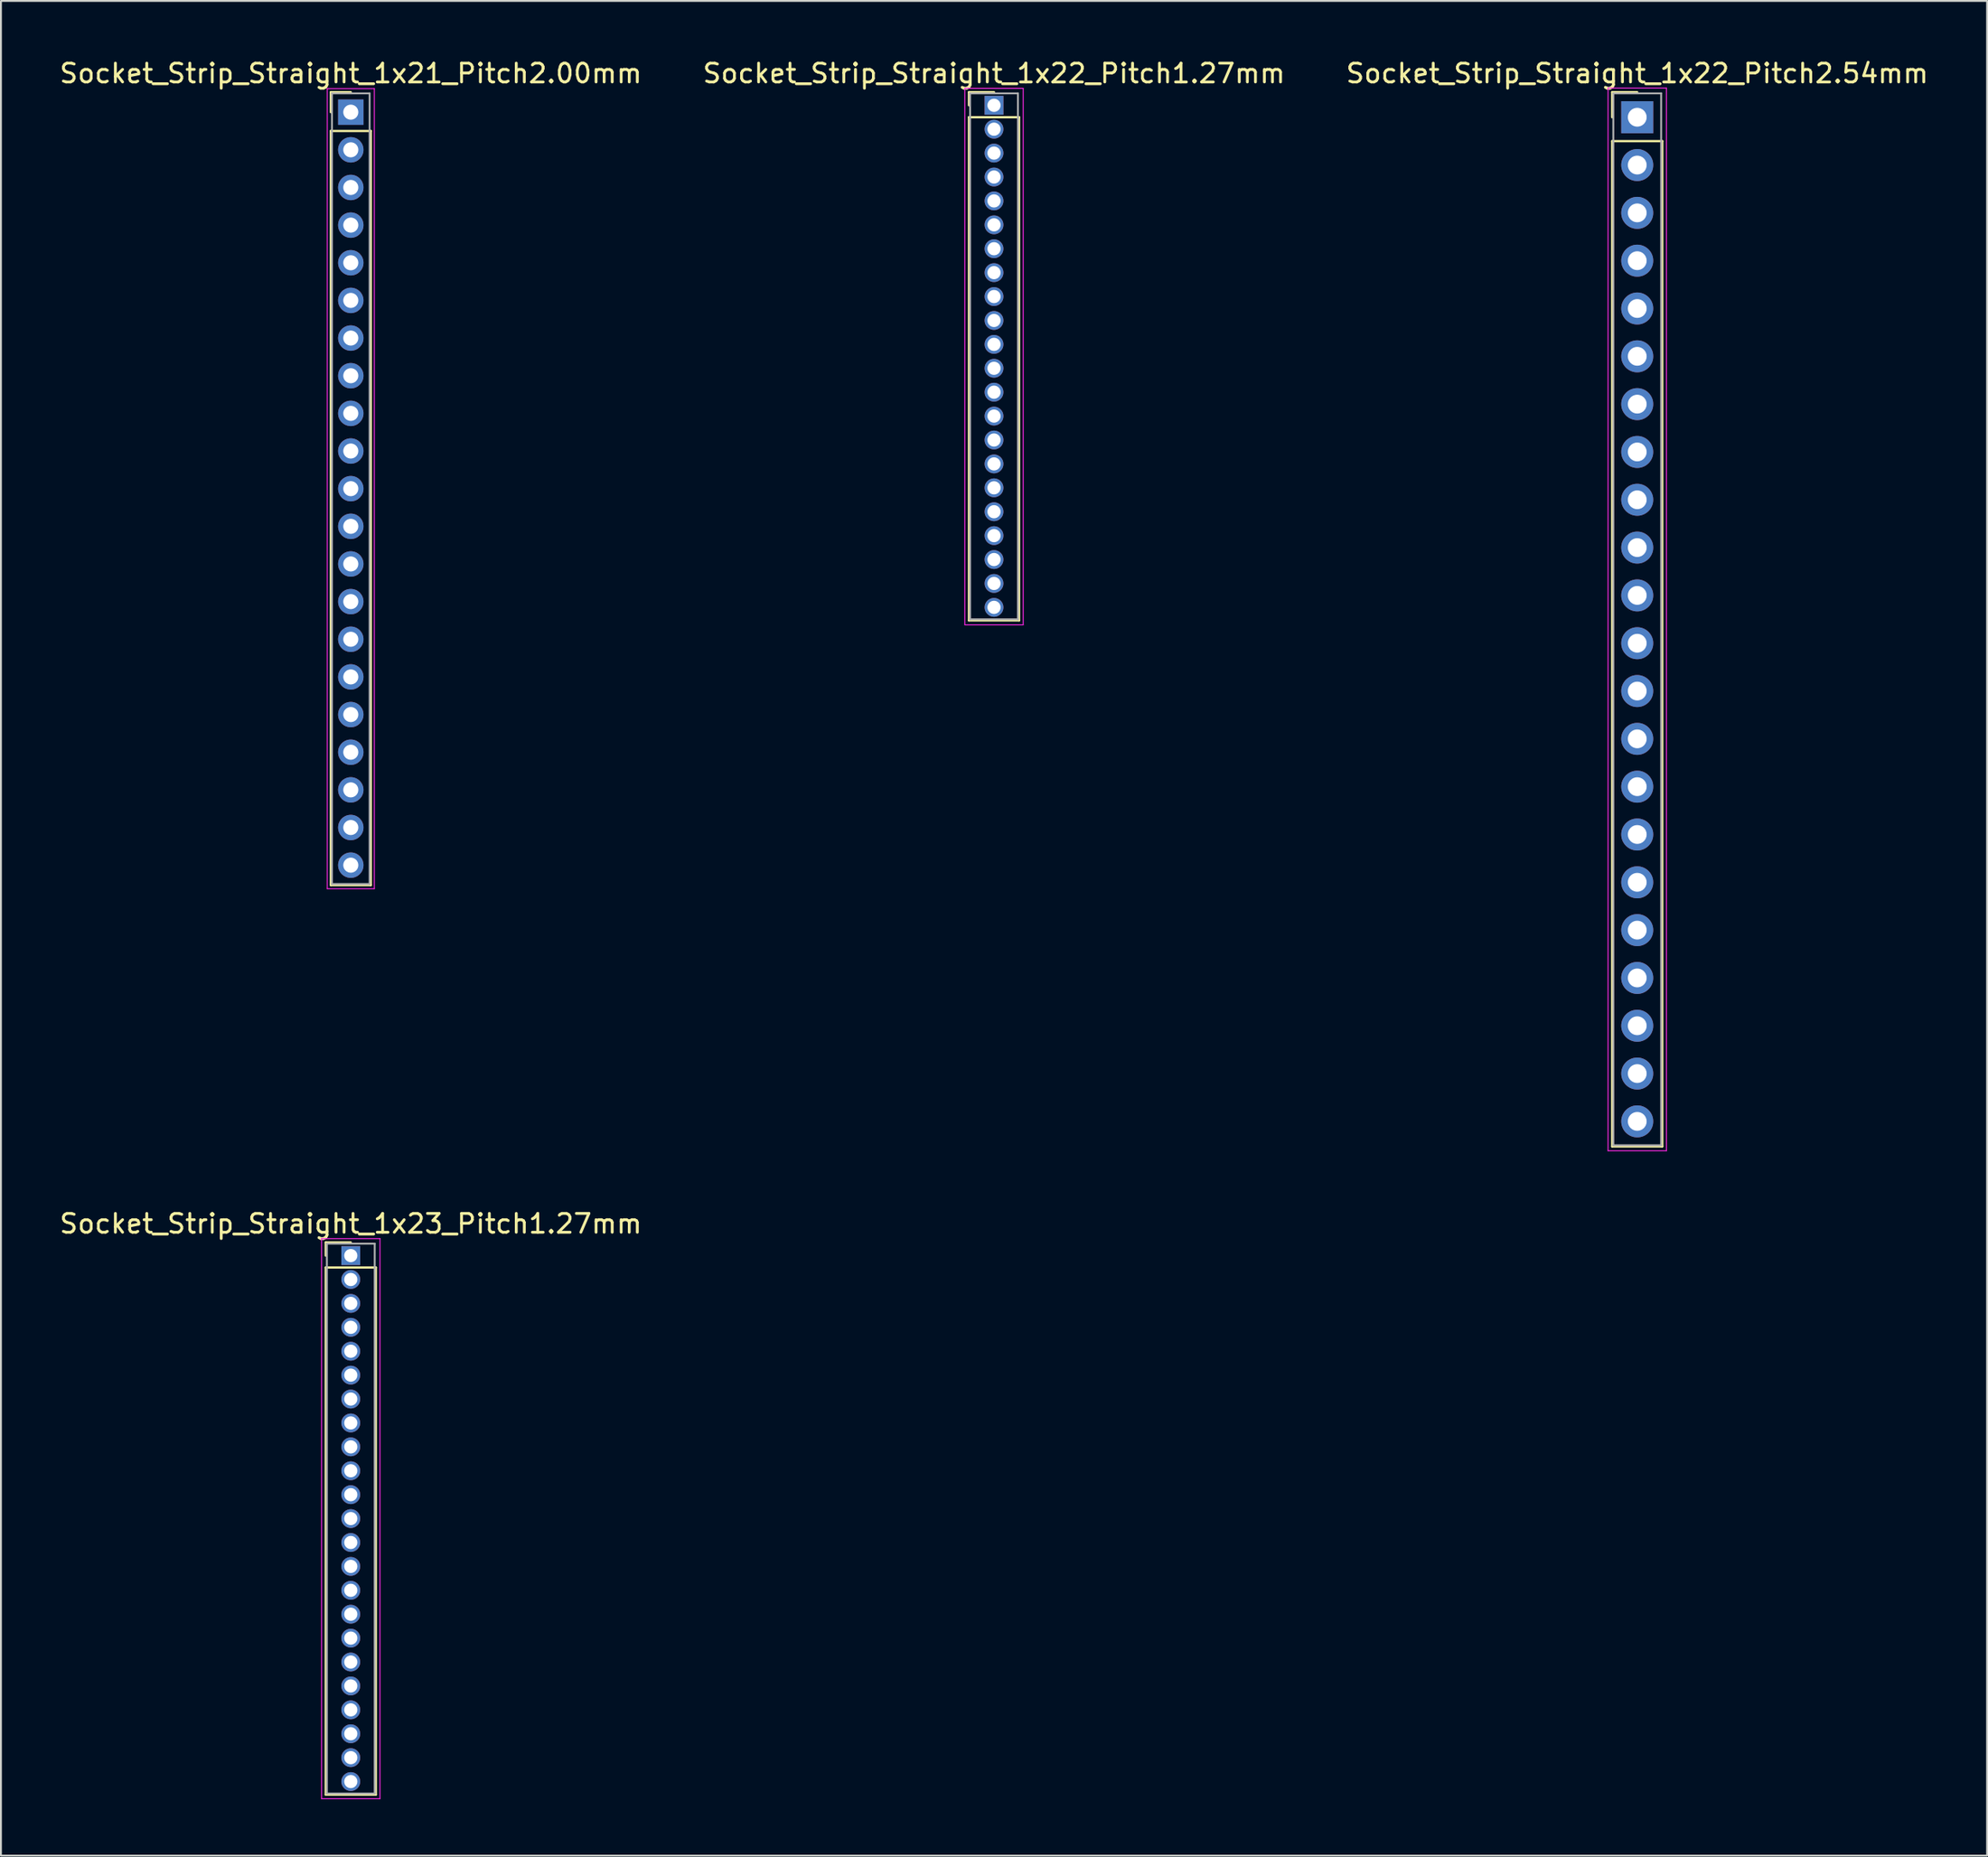
<source format=kicad_pcb>
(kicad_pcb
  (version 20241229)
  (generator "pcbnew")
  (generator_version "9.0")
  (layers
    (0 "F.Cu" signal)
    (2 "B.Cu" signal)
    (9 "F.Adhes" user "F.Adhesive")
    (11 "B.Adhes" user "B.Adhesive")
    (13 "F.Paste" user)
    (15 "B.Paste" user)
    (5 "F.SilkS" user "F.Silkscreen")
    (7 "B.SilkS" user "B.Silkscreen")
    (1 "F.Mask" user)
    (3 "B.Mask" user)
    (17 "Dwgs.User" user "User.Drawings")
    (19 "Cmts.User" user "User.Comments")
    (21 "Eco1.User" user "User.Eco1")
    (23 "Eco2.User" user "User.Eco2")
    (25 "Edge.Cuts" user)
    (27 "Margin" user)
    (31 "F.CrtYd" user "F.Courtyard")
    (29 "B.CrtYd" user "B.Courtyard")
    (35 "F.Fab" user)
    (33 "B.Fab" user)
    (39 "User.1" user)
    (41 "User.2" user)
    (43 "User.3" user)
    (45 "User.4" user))
  (footprint "Socket_Strip_Straight_1x22_Pitch2.54mm"
    (layer "F.Cu")
    (at 83.887 3.178)
    (property "Reference" "Socket_Strip_Straight_1x22_Pitch2.54mm" (at 0 -2.33 0) (layer "F.SilkS") (effects (font (size 1 1) (thickness 0.15))))
    (attr through_hole)
    (fp_line (start -1.33 -1.33) (end 0 -1.33) (stroke (width 0.12) (type solid)) (layer "F.SilkS"))
    (fp_line (start -1.33 0) (end -1.33 -1.33) (stroke (width 0.12) (type solid)) (layer "F.SilkS"))
    (fp_line (start -1.33 1.27) (end -1.33 54.67) (stroke (width 0.12) (type solid)) (layer "F.SilkS"))
    (fp_line (start -1.33 54.67) (end 1.33 54.67) (stroke (width 0.12) (type solid)) (layer "F.SilkS"))
    (fp_line (start 1.33 1.27) (end -1.33 1.27) (stroke (width 0.12) (type solid)) (layer "F.SilkS"))
    (fp_line (start 1.33 54.67) (end 1.33 1.27) (stroke (width 0.12) (type solid)) (layer "F.SilkS"))
    (fp_line (start -1.55 -1.55) (end -1.55 54.9) (stroke (width 0.05) (type solid)) (layer "F.CrtYd"))
    (fp_line (start -1.55 54.9) (end 1.55 54.9) (stroke (width 0.05) (type solid)) (layer "F.CrtYd"))
    (fp_line (start 1.55 -1.55) (end -1.55 -1.55) (stroke (width 0.05) (type solid)) (layer "F.CrtYd"))
    (fp_line (start 1.55 54.9) (end 1.55 -1.55) (stroke (width 0.05) (type solid)) (layer "F.CrtYd"))
    (fp_line (start -1.27 -1.27) (end -1.27 54.61) (stroke (width 0.1) (type solid)) (layer "F.Fab"))
    (fp_line (start -1.27 54.61) (end 1.27 54.61) (stroke (width 0.1) (type solid)) (layer "F.Fab"))
    (fp_line (start 1.27 -1.27) (end -1.27 -1.27) (stroke (width 0.1) (type solid)) (layer "F.Fab"))
    (fp_line (start 1.27 54.61) (end 1.27 -1.27) (stroke (width 0.1) (type solid)) (layer "F.Fab"))
    (pad "1" thru_hole rect (at 0 0) (size 1.7 1.7) (drill 1) (layers "*.Cu" "*.Mask"))
    (pad "2" thru_hole oval (at 0 2.54) (size 1.7 1.7) (drill 1) (layers "*.Cu" "*.Mask"))
    (pad "3" thru_hole oval (at 0 5.08) (size 1.7 1.7) (drill 1) (layers "*.Cu" "*.Mask"))
    (pad "4" thru_hole oval (at 0 7.62) (size 1.7 1.7) (drill 1) (layers "*.Cu" "*.Mask"))
    (pad "5" thru_hole oval (at 0 10.16) (size 1.7 1.7) (drill 1) (layers "*.Cu" "*.Mask"))
    (pad "6" thru_hole oval (at 0 12.7) (size 1.7 1.7) (drill 1) (layers "*.Cu" "*.Mask"))
    (pad "7" thru_hole oval (at 0 15.24) (size 1.7 1.7) (drill 1) (layers "*.Cu" "*.Mask"))
    (pad "8" thru_hole oval (at 0 17.78) (size 1.7 1.7) (drill 1) (layers "*.Cu" "*.Mask"))
    (pad "9" thru_hole oval (at 0 20.32) (size 1.7 1.7) (drill 1) (layers "*.Cu" "*.Mask"))
    (pad "10" thru_hole oval (at 0 22.86) (size 1.7 1.7) (drill 1) (layers "*.Cu" "*.Mask"))
    (pad "11" thru_hole oval (at 0 25.4) (size 1.7 1.7) (drill 1) (layers "*.Cu" "*.Mask"))
    (pad "12" thru_hole oval (at 0 27.94) (size 1.7 1.7) (drill 1) (layers "*.Cu" "*.Mask"))
    (pad "13" thru_hole oval (at 0 30.48) (size 1.7 1.7) (drill 1) (layers "*.Cu" "*.Mask"))
    (pad "14" thru_hole oval (at 0 33.02) (size 1.7 1.7) (drill 1) (layers "*.Cu" "*.Mask"))
    (pad "15" thru_hole oval (at 0 35.56) (size 1.7 1.7) (drill 1) (layers "*.Cu" "*.Mask"))
    (pad "16" thru_hole oval (at 0 38.1) (size 1.7 1.7) (drill 1) (layers "*.Cu" "*.Mask"))
    (pad "17" thru_hole oval (at 0 40.64) (size 1.7 1.7) (drill 1) (layers "*.Cu" "*.Mask"))
    (pad "18" thru_hole oval (at 0 43.18) (size 1.7 1.7) (drill 1) (layers "*.Cu" "*.Mask"))
    (pad "19" thru_hole oval (at 0 45.72) (size 1.7 1.7) (drill 1) (layers "*.Cu" "*.Mask"))
    (pad "20" thru_hole oval (at 0 48.26) (size 1.7 1.7) (drill 1) (layers "*.Cu" "*.Mask"))
    (pad "21" thru_hole oval (at 0 50.8) (size 1.7 1.7) (drill 1) (layers "*.Cu" "*.Mask"))
    (pad "22" thru_hole oval (at 0 53.34) (size 1.7 1.7) (drill 1) (layers "*.Cu" "*.Mask")))
  (footprint "Socket_Strip_Straight_1x23_Pitch1.27mm"
    (layer "F.Cu")
    (at 15.577 63.647)
    (property "Reference" "Socket_Strip_Straight_1x23_Pitch1.27mm" (at 0 -1.695 0) (layer "F.SilkS") (effects (font (size 1 1) (thickness 0.15))))
    (attr through_hole)
    (fp_line (start -1.33 -0.695) (end 0 -0.695) (stroke (width 0.12) (type solid)) (layer "F.SilkS"))
    (fp_line (start -1.33 0) (end -1.33 -0.695) (stroke (width 0.12) (type solid)) (layer "F.SilkS"))
    (fp_line (start -1.33 0.635) (end -1.33 28.635) (stroke (width 0.12) (type solid)) (layer "F.SilkS"))
    (fp_line (start -1.33 28.635) (end 1.33 28.635) (stroke (width 0.12) (type solid)) (layer "F.SilkS"))
    (fp_line (start 1.33 0.635) (end -1.33 0.635) (stroke (width 0.12) (type solid)) (layer "F.SilkS"))
    (fp_line (start 1.33 28.635) (end 1.33 0.635) (stroke (width 0.12) (type solid)) (layer "F.SilkS"))
    (fp_line (start -1.55 -0.9) (end -1.55 28.85) (stroke (width 0.05) (type solid)) (layer "F.CrtYd"))
    (fp_line (start -1.55 28.85) (end 1.55 28.85) (stroke (width 0.05) (type solid)) (layer "F.CrtYd"))
    (fp_line (start 1.55 -0.9) (end -1.55 -0.9) (stroke (width 0.05) (type solid)) (layer "F.CrtYd"))
    (fp_line (start 1.55 28.85) (end 1.55 -0.9) (stroke (width 0.05) (type solid)) (layer "F.CrtYd"))
    (fp_line (start -1.27 -0.635) (end -1.27 28.575) (stroke (width 0.1) (type solid)) (layer "F.Fab"))
    (fp_line (start -1.27 28.575) (end 1.27 28.575) (stroke (width 0.1) (type solid)) (layer "F.Fab"))
    (fp_line (start 1.27 -0.635) (end -1.27 -0.635) (stroke (width 0.1) (type solid)) (layer "F.Fab"))
    (fp_line (start 1.27 28.575) (end 1.27 -0.635) (stroke (width 0.1) (type solid)) (layer "F.Fab"))
    (pad "1" thru_hole rect (at 0 0) (size 1 1) (drill 0.7) (layers "*.Cu" "*.Mask"))
    (pad "2" thru_hole oval (at 0 1.27) (size 1 1) (drill 0.7) (layers "*.Cu" "*.Mask"))
    (pad "3" thru_hole oval (at 0 2.54) (size 1 1) (drill 0.7) (layers "*.Cu" "*.Mask"))
    (pad "4" thru_hole oval (at 0 3.81) (size 1 1) (drill 0.7) (layers "*.Cu" "*.Mask"))
    (pad "5" thru_hole oval (at 0 5.08) (size 1 1) (drill 0.7) (layers "*.Cu" "*.Mask"))
    (pad "6" thru_hole oval (at 0 6.35) (size 1 1) (drill 0.7) (layers "*.Cu" "*.Mask"))
    (pad "7" thru_hole oval (at 0 7.62) (size 1 1) (drill 0.7) (layers "*.Cu" "*.Mask"))
    (pad "8" thru_hole oval (at 0 8.89) (size 1 1) (drill 0.7) (layers "*.Cu" "*.Mask"))
    (pad "9" thru_hole oval (at 0 10.16) (size 1 1) (drill 0.7) (layers "*.Cu" "*.Mask"))
    (pad "10" thru_hole oval (at 0 11.43) (size 1 1) (drill 0.7) (layers "*.Cu" "*.Mask"))
    (pad "11" thru_hole oval (at 0 12.7) (size 1 1) (drill 0.7) (layers "*.Cu" "*.Mask"))
    (pad "12" thru_hole oval (at 0 13.97) (size 1 1) (drill 0.7) (layers "*.Cu" "*.Mask"))
    (pad "13" thru_hole oval (at 0 15.24) (size 1 1) (drill 0.7) (layers "*.Cu" "*.Mask"))
    (pad "14" thru_hole oval (at 0 16.51) (size 1 1) (drill 0.7) (layers "*.Cu" "*.Mask"))
    (pad "15" thru_hole oval (at 0 17.78) (size 1 1) (drill 0.7) (layers "*.Cu" "*.Mask"))
    (pad "16" thru_hole oval (at 0 19.05) (size 1 1) (drill 0.7) (layers "*.Cu" "*.Mask"))
    (pad "17" thru_hole oval (at 0 20.32) (size 1 1) (drill 0.7) (layers "*.Cu" "*.Mask"))
    (pad "18" thru_hole oval (at 0 21.59) (size 1 1) (drill 0.7) (layers "*.Cu" "*.Mask"))
    (pad "19" thru_hole oval (at 0 22.86) (size 1 1) (drill 0.7) (layers "*.Cu" "*.Mask"))
    (pad "20" thru_hole oval (at 0 24.13) (size 1 1) (drill 0.7) (layers "*.Cu" "*.Mask"))
    (pad "21" thru_hole oval (at 0 25.4) (size 1 1) (drill 0.7) (layers "*.Cu" "*.Mask"))
    (pad "22" thru_hole oval (at 0 26.67) (size 1 1) (drill 0.7) (layers "*.Cu" "*.Mask"))
    (pad "23" thru_hole oval (at 0 27.94) (size 1 1) (drill 0.7) (layers "*.Cu" "*.Mask")))
  (footprint "Socket_Strip_Straight_1x22_Pitch1.27mm"
    (layer "F.Cu")
    (at 49.732 2.543)
    (property "Reference" "Socket_Strip_Straight_1x22_Pitch1.27mm" (at 0 -1.695 0) (layer "F.SilkS") (effects (font (size 1 1) (thickness 0.15))))
    (attr through_hole)
    (fp_line (start -1.33 -0.695) (end 0 -0.695) (stroke (width 0.12) (type solid)) (layer "F.SilkS"))
    (fp_line (start -1.33 0) (end -1.33 -0.695) (stroke (width 0.12) (type solid)) (layer "F.SilkS"))
    (fp_line (start -1.33 0.635) (end -1.33 27.365) (stroke (width 0.12) (type solid)) (layer "F.SilkS"))
    (fp_line (start -1.33 27.365) (end 1.33 27.365) (stroke (width 0.12) (type solid)) (layer "F.SilkS"))
    (fp_line (start 1.33 0.635) (end -1.33 0.635) (stroke (width 0.12) (type solid)) (layer "F.SilkS"))
    (fp_line (start 1.33 27.365) (end 1.33 0.635) (stroke (width 0.12) (type solid)) (layer "F.SilkS"))
    (fp_line (start -1.55 -0.9) (end -1.55 27.6) (stroke (width 0.05) (type solid)) (layer "F.CrtYd"))
    (fp_line (start -1.55 27.6) (end 1.55 27.6) (stroke (width 0.05) (type solid)) (layer "F.CrtYd"))
    (fp_line (start 1.55 -0.9) (end -1.55 -0.9) (stroke (width 0.05) (type solid)) (layer "F.CrtYd"))
    (fp_line (start 1.55 27.6) (end 1.55 -0.9) (stroke (width 0.05) (type solid)) (layer "F.CrtYd"))
    (fp_line (start -1.27 -0.635) (end -1.27 27.305) (stroke (width 0.1) (type solid)) (layer "F.Fab"))
    (fp_line (start -1.27 27.305) (end 1.27 27.305) (stroke (width 0.1) (type solid)) (layer "F.Fab"))
    (fp_line (start 1.27 -0.635) (end -1.27 -0.635) (stroke (width 0.1) (type solid)) (layer "F.Fab"))
    (fp_line (start 1.27 27.305) (end 1.27 -0.635) (stroke (width 0.1) (type solid)) (layer "F.Fab"))
    (pad "1" thru_hole rect (at 0 0) (size 1 1) (drill 0.7) (layers "*.Cu" "*.Mask"))
    (pad "2" thru_hole oval (at 0 1.27) (size 1 1) (drill 0.7) (layers "*.Cu" "*.Mask"))
    (pad "3" thru_hole oval (at 0 2.54) (size 1 1) (drill 0.7) (layers "*.Cu" "*.Mask"))
    (pad "4" thru_hole oval (at 0 3.81) (size 1 1) (drill 0.7) (layers "*.Cu" "*.Mask"))
    (pad "5" thru_hole oval (at 0 5.08) (size 1 1) (drill 0.7) (layers "*.Cu" "*.Mask"))
    (pad "6" thru_hole oval (at 0 6.35) (size 1 1) (drill 0.7) (layers "*.Cu" "*.Mask"))
    (pad "7" thru_hole oval (at 0 7.62) (size 1 1) (drill 0.7) (layers "*.Cu" "*.Mask"))
    (pad "8" thru_hole oval (at 0 8.89) (size 1 1) (drill 0.7) (layers "*.Cu" "*.Mask"))
    (pad "9" thru_hole oval (at 0 10.16) (size 1 1) (drill 0.7) (layers "*.Cu" "*.Mask"))
    (pad "10" thru_hole oval (at 0 11.43) (size 1 1) (drill 0.7) (layers "*.Cu" "*.Mask"))
    (pad "11" thru_hole oval (at 0 12.7) (size 1 1) (drill 0.7) (layers "*.Cu" "*.Mask"))
    (pad "12" thru_hole oval (at 0 13.97) (size 1 1) (drill 0.7) (layers "*.Cu" "*.Mask"))
    (pad "13" thru_hole oval (at 0 15.24) (size 1 1) (drill 0.7) (layers "*.Cu" "*.Mask"))
    (pad "14" thru_hole oval (at 0 16.51) (size 1 1) (drill 0.7) (layers "*.Cu" "*.Mask"))
    (pad "15" thru_hole oval (at 0 17.78) (size 1 1) (drill 0.7) (layers "*.Cu" "*.Mask"))
    (pad "16" thru_hole oval (at 0 19.05) (size 1 1) (drill 0.7) (layers "*.Cu" "*.Mask"))
    (pad "17" thru_hole oval (at 0 20.32) (size 1 1) (drill 0.7) (layers "*.Cu" "*.Mask"))
    (pad "18" thru_hole oval (at 0 21.59) (size 1 1) (drill 0.7) (layers "*.Cu" "*.Mask"))
    (pad "19" thru_hole oval (at 0 22.86) (size 1 1) (drill 0.7) (layers "*.Cu" "*.Mask"))
    (pad "20" thru_hole oval (at 0 24.13) (size 1 1) (drill 0.7) (layers "*.Cu" "*.Mask"))
    (pad "21" thru_hole oval (at 0 25.4) (size 1 1) (drill 0.7) (layers "*.Cu" "*.Mask"))
    (pad "22" thru_hole oval (at 0 26.67) (size 1 1) (drill 0.7) (layers "*.Cu" "*.Mask")))
  (footprint "Socket_Strip_Straight_1x21_Pitch2.00mm"
    (layer "F.Cu")
    (at 15.577 2.908)
    (property "Reference" "Socket_Strip_Straight_1x21_Pitch2.00mm" (at 0 -2.06 0) (layer "F.SilkS") (effects (font (size 1 1) (thickness 0.15))))
    (attr through_hole)
    (fp_line (start -1.06 -1.06) (end 0 -1.06) (stroke (width 0.12) (type solid)) (layer "F.SilkS"))
    (fp_line (start -1.06 0) (end -1.06 -1.06) (stroke (width 0.12) (type solid)) (layer "F.SilkS"))
    (fp_line (start -1.06 1) (end -1.06 41.06) (stroke (width 0.12) (type solid)) (layer "F.SilkS"))
    (fp_line (start -1.06 41.06) (end 1.06 41.06) (stroke (width 0.12) (type solid)) (layer "F.SilkS"))
    (fp_line (start 1.06 1) (end -1.06 1) (stroke (width 0.12) (type solid)) (layer "F.SilkS"))
    (fp_line (start 1.06 41.06) (end 1.06 1) (stroke (width 0.12) (type solid)) (layer "F.SilkS"))
    (fp_line (start -1.25 -1.25) (end -1.25 41.25) (stroke (width 0.05) (type solid)) (layer "F.CrtYd"))
    (fp_line (start -1.25 41.25) (end 1.25 41.25) (stroke (width 0.05) (type solid)) (layer "F.CrtYd"))
    (fp_line (start 1.25 -1.25) (end -1.25 -1.25) (stroke (width 0.05) (type solid)) (layer "F.CrtYd"))
    (fp_line (start 1.25 41.25) (end 1.25 -1.25) (stroke (width 0.05) (type solid)) (layer "F.CrtYd"))
    (fp_line (start -1 -1) (end -1 41) (stroke (width 0.1) (type solid)) (layer "F.Fab"))
    (fp_line (start -1 41) (end 1 41) (stroke (width 0.1) (type solid)) (layer "F.Fab"))
    (fp_line (start 1 -1) (end -1 -1) (stroke (width 0.1) (type solid)) (layer "F.Fab"))
    (fp_line (start 1 41) (end 1 -1) (stroke (width 0.1) (type solid)) (layer "F.Fab"))
    (pad "1" thru_hole rect (at 0 0) (size 1.35 1.35) (drill 0.8) (layers "*.Cu" "*.Mask"))
    (pad "2" thru_hole oval (at 0 2) (size 1.35 1.35) (drill 0.8) (layers "*.Cu" "*.Mask"))
    (pad "3" thru_hole oval (at 0 4) (size 1.35 1.35) (drill 0.8) (layers "*.Cu" "*.Mask"))
    (pad "4" thru_hole oval (at 0 6) (size 1.35 1.35) (drill 0.8) (layers "*.Cu" "*.Mask"))
    (pad "5" thru_hole oval (at 0 8) (size 1.35 1.35) (drill 0.8) (layers "*.Cu" "*.Mask"))
    (pad "6" thru_hole oval (at 0 10) (size 1.35 1.35) (drill 0.8) (layers "*.Cu" "*.Mask"))
    (pad "7" thru_hole oval (at 0 12) (size 1.35 1.35) (drill 0.8) (layers "*.Cu" "*.Mask"))
    (pad "8" thru_hole oval (at 0 14) (size 1.35 1.35) (drill 0.8) (layers "*.Cu" "*.Mask"))
    (pad "9" thru_hole oval (at 0 16) (size 1.35 1.35) (drill 0.8) (layers "*.Cu" "*.Mask"))
    (pad "10" thru_hole oval (at 0 18) (size 1.35 1.35) (drill 0.8) (layers "*.Cu" "*.Mask"))
    (pad "11" thru_hole oval (at 0 20) (size 1.35 1.35) (drill 0.8) (layers "*.Cu" "*.Mask"))
    (pad "12" thru_hole oval (at 0 22) (size 1.35 1.35) (drill 0.8) (layers "*.Cu" "*.Mask"))
    (pad "13" thru_hole oval (at 0 24) (size 1.35 1.35) (drill 0.8) (layers "*.Cu" "*.Mask"))
    (pad "14" thru_hole oval (at 0 26) (size 1.35 1.35) (drill 0.8) (layers "*.Cu" "*.Mask"))
    (pad "15" thru_hole oval (at 0 28) (size 1.35 1.35) (drill 0.8) (layers "*.Cu" "*.Mask"))
    (pad "16" thru_hole oval (at 0 30) (size 1.35 1.35) (drill 0.8) (layers "*.Cu" "*.Mask"))
    (pad "17" thru_hole oval (at 0 32) (size 1.35 1.35) (drill 0.8) (layers "*.Cu" "*.Mask"))
    (pad "18" thru_hole oval (at 0 34) (size 1.35 1.35) (drill 0.8) (layers "*.Cu" "*.Mask"))
    (pad "19" thru_hole oval (at 0 36) (size 1.35 1.35) (drill 0.8) (layers "*.Cu" "*.Mask"))
    (pad "20" thru_hole oval (at 0 38) (size 1.35 1.35) (drill 0.8) (layers "*.Cu" "*.Mask"))
    (pad "21" thru_hole oval (at 0 40) (size 1.35 1.35) (drill 0.8) (layers "*.Cu" "*.Mask")))
  (gr_rect
    (start -3 -3)
    (end 102.464 95.522)
    (stroke (width 0.1) (type default))
    (fill no)
    (layer "Edge.Cuts")))
</source>
